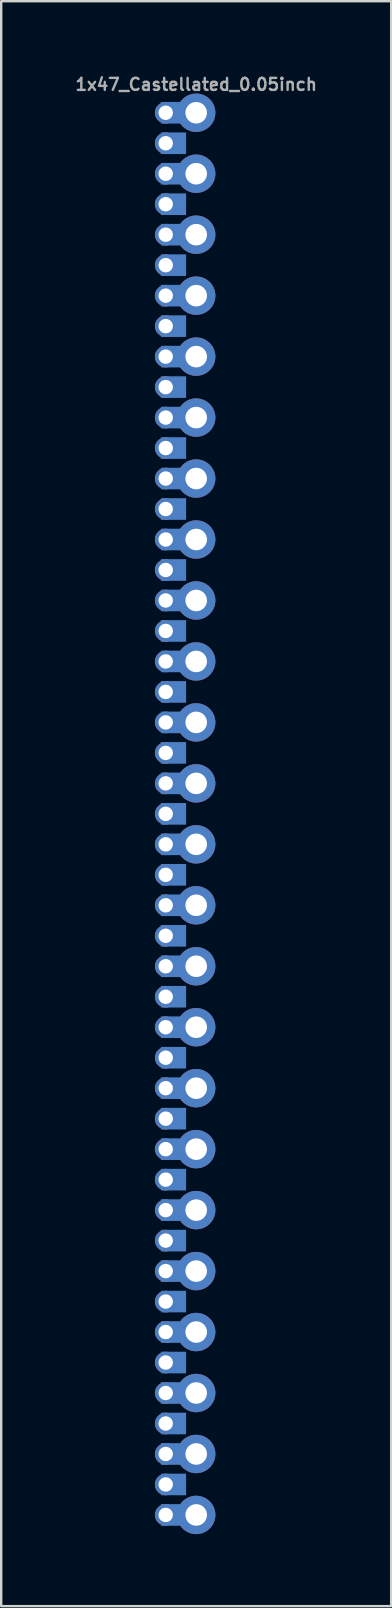
<source format=kicad_pcb>
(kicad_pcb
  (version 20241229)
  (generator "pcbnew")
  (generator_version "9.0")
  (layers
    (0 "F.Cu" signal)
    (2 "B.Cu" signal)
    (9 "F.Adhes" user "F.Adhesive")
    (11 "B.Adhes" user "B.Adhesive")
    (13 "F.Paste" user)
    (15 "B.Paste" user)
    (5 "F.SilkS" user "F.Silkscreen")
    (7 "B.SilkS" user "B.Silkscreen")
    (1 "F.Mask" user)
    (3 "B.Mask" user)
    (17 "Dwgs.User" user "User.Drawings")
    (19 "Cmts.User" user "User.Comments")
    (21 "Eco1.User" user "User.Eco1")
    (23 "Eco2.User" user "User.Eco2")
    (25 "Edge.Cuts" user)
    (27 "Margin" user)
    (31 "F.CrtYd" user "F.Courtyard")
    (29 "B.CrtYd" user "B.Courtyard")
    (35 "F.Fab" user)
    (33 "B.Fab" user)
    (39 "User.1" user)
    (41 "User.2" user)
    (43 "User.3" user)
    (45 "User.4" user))
  (footprint "1x47_Castellated_0.05inch"
    (layer "F.Cu")
    (at 5.124 60.068)
    (property "Reference" "1x47_Castellated_0.05inch" (at 0 -59.6 0) (layer "F.Fab") (effects (font (size 0.5 0.5) (thickness 0.1))))
    (pad "1" thru_hole circle (at -1.27 0) (size 0.9 0.9) (drill 0.6) (property pad_prop_castellated) (layers "*.Cu" "*.Mask"))
    (pad "1" smd rect (at -0.945 0) (size 1.05 0.9) (property pad_prop_castellated) (layers "B.Cu" "B.Mask"))
    (pad "1" thru_hole circle (at 0 0 90) (size 1.6 1.6) (drill 0.9) (layers "*.Cu" "F.Mask"))
    (pad "2" thru_hole circle (at -1.27 -1.27) (size 0.9 0.9) (drill 0.6) (property pad_prop_castellated) (layers "*.Cu" "*.Mask"))
    (pad "2" smd rect (at -0.945 -1.27) (size 1.05 0.9) (property pad_prop_castellated) (layers "B.Cu" "B.Mask"))
    (pad "3" thru_hole circle (at -1.27 -2.54) (size 0.9 0.9) (drill 0.6) (property pad_prop_castellated) (layers "*.Cu" "*.Mask"))
    (pad "3" smd rect (at -0.945 -2.54) (size 1.05 0.9) (property pad_prop_castellated) (layers "B.Cu" "B.Mask"))
    (pad "3" thru_hole circle (at 0 -2.54 90) (size 1.6 1.6) (drill 0.9) (layers "*.Cu" "F.Mask"))
    (pad "4" thru_hole circle (at -1.27 -3.81) (size 0.9 0.9) (drill 0.6) (property pad_prop_castellated) (layers "*.Cu" "*.Mask"))
    (pad "4" smd rect (at -0.945 -3.81) (size 1.05 0.9) (property pad_prop_castellated) (layers "B.Cu" "B.Mask"))
    (pad "5" thru_hole circle (at -1.27 -5.08) (size 0.9 0.9) (drill 0.6) (property pad_prop_castellated) (layers "*.Cu" "*.Mask"))
    (pad "5" smd rect (at -0.945 -5.08) (size 1.05 0.9) (property pad_prop_castellated) (layers "B.Cu" "B.Mask"))
    (pad "5" thru_hole circle (at 0 -5.08 90) (size 1.6 1.6) (drill 0.9) (layers "*.Cu" "F.Mask"))
    (pad "6" thru_hole circle (at -1.27 -6.35) (size 0.9 0.9) (drill 0.6) (property pad_prop_castellated) (layers "*.Cu" "*.Mask"))
    (pad "6" smd rect (at -0.945 -6.35) (size 1.05 0.9) (property pad_prop_castellated) (layers "B.Cu" "B.Mask"))
    (pad "7" thru_hole circle (at -1.27 -7.62) (size 0.9 0.9) (drill 0.6) (property pad_prop_castellated) (layers "*.Cu" "*.Mask"))
    (pad "7" smd rect (at -0.945 -7.62) (size 1.05 0.9) (property pad_prop_castellated) (layers "B.Cu" "B.Mask"))
    (pad "7" thru_hole circle (at 0 -7.62 90) (size 1.6 1.6) (drill 0.9) (layers "*.Cu" "F.Mask"))
    (pad "8" thru_hole circle (at -1.27 -8.89) (size 0.9 0.9) (drill 0.6) (property pad_prop_castellated) (layers "*.Cu" "*.Mask"))
    (pad "8" smd rect (at -0.945 -8.89) (size 1.05 0.9) (property pad_prop_castellated) (layers "B.Cu" "B.Mask"))
    (pad "9" thru_hole circle (at -1.27 -10.16) (size 0.9 0.9) (drill 0.6) (property pad_prop_castellated) (layers "*.Cu" "*.Mask"))
    (pad "9" smd rect (at -0.945 -10.16) (size 1.05 0.9) (property pad_prop_castellated) (layers "B.Cu" "B.Mask"))
    (pad "9" thru_hole circle (at 0 -10.16 90) (size 1.6 1.6) (drill 0.9) (layers "*.Cu" "F.Mask"))
    (pad "10" thru_hole circle (at -1.27 -11.43) (size 0.9 0.9) (drill 0.6) (property pad_prop_castellated) (layers "*.Cu" "*.Mask"))
    (pad "10" smd rect (at -0.945 -11.43) (size 1.05 0.9) (property pad_prop_castellated) (layers "B.Cu" "B.Mask"))
    (pad "11" thru_hole circle (at -1.27 -12.7) (size 0.9 0.9) (drill 0.6) (property pad_prop_castellated) (layers "*.Cu" "*.Mask"))
    (pad "11" smd rect (at -0.945 -12.7) (size 1.05 0.9) (property pad_prop_castellated) (layers "B.Cu" "B.Mask"))
    (pad "11" thru_hole circle (at 0 -12.7 90) (size 1.6 1.6) (drill 0.9) (layers "*.Cu" "F.Mask"))
    (pad "12" thru_hole circle (at -1.27 -13.97) (size 0.9 0.9) (drill 0.6) (property pad_prop_castellated) (layers "*.Cu" "*.Mask"))
    (pad "12" smd rect (at -0.945 -13.97) (size 1.05 0.9) (property pad_prop_castellated) (layers "B.Cu" "B.Mask"))
    (pad "13" thru_hole circle (at -1.27 -15.24) (size 0.9 0.9) (drill 0.6) (property pad_prop_castellated) (layers "*.Cu" "*.Mask"))
    (pad "13" smd rect (at -0.945 -15.24) (size 1.05 0.9) (property pad_prop_castellated) (layers "B.Cu" "B.Mask"))
    (pad "13" thru_hole circle (at 0 -15.24 90) (size 1.6 1.6) (drill 0.9) (layers "*.Cu" "F.Mask"))
    (pad "14" thru_hole circle (at -1.27 -16.51) (size 0.9 0.9) (drill 0.6) (property pad_prop_castellated) (layers "*.Cu" "*.Mask"))
    (pad "14" smd rect (at -0.945 -16.51) (size 1.05 0.9) (property pad_prop_castellated) (layers "B.Cu" "B.Mask"))
    (pad "15" thru_hole circle (at -1.27 -17.78) (size 0.9 0.9) (drill 0.6) (property pad_prop_castellated) (layers "*.Cu" "*.Mask"))
    (pad "15" smd rect (at -0.945 -17.78) (size 1.05 0.9) (property pad_prop_castellated) (layers "B.Cu" "B.Mask"))
    (pad "15" thru_hole circle (at 0 -17.78 90) (size 1.6 1.6) (drill 0.9) (layers "*.Cu" "F.Mask"))
    (pad "16" thru_hole circle (at -1.27 -19.05) (size 0.9 0.9) (drill 0.6) (property pad_prop_castellated) (layers "*.Cu" "*.Mask"))
    (pad "16" smd rect (at -0.945 -19.05) (size 1.05 0.9) (property pad_prop_castellated) (layers "B.Cu" "B.Mask"))
    (pad "17" thru_hole circle (at -1.27 -20.32) (size 0.9 0.9) (drill 0.6) (property pad_prop_castellated) (layers "*.Cu" "*.Mask"))
    (pad "17" smd rect (at -0.945 -20.32) (size 1.05 0.9) (property pad_prop_castellated) (layers "B.Cu" "B.Mask"))
    (pad "17" thru_hole circle (at 0 -20.32 90) (size 1.6 1.6) (drill 0.9) (layers "*.Cu" "F.Mask"))
    (pad "18" thru_hole circle (at -1.27 -21.59) (size 0.9 0.9) (drill 0.6) (property pad_prop_castellated) (layers "*.Cu" "*.Mask"))
    (pad "18" smd rect (at -0.945 -21.59) (size 1.05 0.9) (property pad_prop_castellated) (layers "B.Cu" "B.Mask"))
    (pad "19" thru_hole circle (at -1.27 -22.86) (size 0.9 0.9) (drill 0.6) (property pad_prop_castellated) (layers "*.Cu" "*.Mask"))
    (pad "19" smd rect (at -0.945 -22.86) (size 1.05 0.9) (property pad_prop_castellated) (layers "B.Cu" "B.Mask"))
    (pad "19" thru_hole circle (at 0 -22.86 90) (size 1.6 1.6) (drill 0.9) (layers "*.Cu" "F.Mask"))
    (pad "20" thru_hole circle (at -1.27 -24.13) (size 0.9 0.9) (drill 0.6) (property pad_prop_castellated) (layers "*.Cu" "*.Mask"))
    (pad "20" smd rect (at -0.945 -24.13) (size 1.05 0.9) (property pad_prop_castellated) (layers "B.Cu" "B.Mask"))
    (pad "21" thru_hole circle (at -1.27 -25.4) (size 0.9 0.9) (drill 0.6) (property pad_prop_castellated) (layers "*.Cu" "*.Mask"))
    (pad "21" smd rect (at -0.945 -25.4) (size 1.05 0.9) (property pad_prop_castellated) (layers "B.Cu" "B.Mask"))
    (pad "21" thru_hole circle (at 0 -25.4 90) (size 1.6 1.6) (drill 0.9) (layers "*.Cu" "F.Mask"))
    (pad "22" thru_hole circle (at -1.27 -26.67) (size 0.9 0.9) (drill 0.6) (property pad_prop_castellated) (layers "*.Cu" "*.Mask"))
    (pad "22" smd rect (at -0.945 -26.67) (size 1.05 0.9) (property pad_prop_castellated) (layers "B.Cu" "B.Mask"))
    (pad "23" thru_hole circle (at -1.27 -27.94) (size 0.9 0.9) (drill 0.6) (property pad_prop_castellated) (layers "*.Cu" "*.Mask"))
    (pad "23" smd rect (at -0.945 -27.94) (size 1.05 0.9) (property pad_prop_castellated) (layers "B.Cu" "B.Mask"))
    (pad "23" thru_hole circle (at 0 -27.94 90) (size 1.6 1.6) (drill 0.9) (layers "*.Cu" "F.Mask"))
    (pad "24" thru_hole circle (at -1.27 -29.21) (size 0.9 0.9) (drill 0.6) (property pad_prop_castellated) (layers "*.Cu" "*.Mask"))
    (pad "24" smd rect (at -0.945 -29.21) (size 1.05 0.9) (property pad_prop_castellated) (layers "B.Cu" "B.Mask"))
    (pad "25" thru_hole circle (at -1.27 -30.48) (size 0.9 0.9) (drill 0.6) (property pad_prop_castellated) (layers "*.Cu" "*.Mask"))
    (pad "25" smd rect (at -0.945 -30.48) (size 1.05 0.9) (property pad_prop_castellated) (layers "B.Cu" "B.Mask"))
    (pad "25" thru_hole circle (at 0 -30.48 90) (size 1.6 1.6) (drill 0.9) (layers "*.Cu" "F.Mask"))
    (pad "26" thru_hole circle (at -1.27 -31.75) (size 0.9 0.9) (drill 0.6) (property pad_prop_castellated) (layers "*.Cu" "*.Mask"))
    (pad "26" smd rect (at -0.945 -31.75) (size 1.05 0.9) (property pad_prop_castellated) (layers "B.Cu" "B.Mask"))
    (pad "27" thru_hole circle (at -1.27 -33.02) (size 0.9 0.9) (drill 0.6) (property pad_prop_castellated) (layers "*.Cu" "*.Mask"))
    (pad "27" smd rect (at -0.945 -33.02) (size 1.05 0.9) (property pad_prop_castellated) (layers "B.Cu" "B.Mask"))
    (pad "27" thru_hole circle (at 0 -33.02 90) (size 1.6 1.6) (drill 0.9) (layers "*.Cu" "F.Mask"))
    (pad "28" thru_hole circle (at -1.27 -34.29) (size 0.9 0.9) (drill 0.6) (property pad_prop_castellated) (layers "*.Cu" "*.Mask"))
    (pad "28" smd rect (at -0.945 -34.29) (size 1.05 0.9) (property pad_prop_castellated) (layers "B.Cu" "B.Mask"))
    (pad "29" thru_hole circle (at -1.27 -35.56) (size 0.9 0.9) (drill 0.6) (property pad_prop_castellated) (layers "*.Cu" "*.Mask"))
    (pad "29" smd rect (at -0.945 -35.56) (size 1.05 0.9) (property pad_prop_castellated) (layers "B.Cu" "B.Mask"))
    (pad "29" thru_hole circle (at 0 -35.56 90) (size 1.6 1.6) (drill 0.9) (layers "*.Cu" "F.Mask"))
    (pad "30" thru_hole circle (at -1.27 -36.83) (size 0.9 0.9) (drill 0.6) (property pad_prop_castellated) (layers "*.Cu" "*.Mask"))
    (pad "30" smd rect (at -0.945 -36.83) (size 1.05 0.9) (property pad_prop_castellated) (layers "B.Cu" "B.Mask"))
    (pad "31" thru_hole circle (at -1.27 -38.1) (size 0.9 0.9) (drill 0.6) (property pad_prop_castellated) (layers "*.Cu" "*.Mask"))
    (pad "31" smd rect (at -0.945 -38.1) (size 1.05 0.9) (property pad_prop_castellated) (layers "B.Cu" "B.Mask"))
    (pad "31" thru_hole circle (at 0 -38.1 90) (size 1.6 1.6) (drill 0.9) (layers "*.Cu" "F.Mask"))
    (pad "32" thru_hole circle (at -1.27 -39.37) (size 0.9 0.9) (drill 0.6) (property pad_prop_castellated) (layers "*.Cu" "*.Mask"))
    (pad "32" smd rect (at -0.945 -39.37) (size 1.05 0.9) (property pad_prop_castellated) (layers "B.Cu" "B.Mask"))
    (pad "33" thru_hole circle (at -1.27 -40.64) (size 0.9 0.9) (drill 0.6) (property pad_prop_castellated) (layers "*.Cu" "*.Mask"))
    (pad "33" smd rect (at -0.945 -40.64) (size 1.05 0.9) (property pad_prop_castellated) (layers "B.Cu" "B.Mask"))
    (pad "33" thru_hole circle (at 0 -40.64 90) (size 1.6 1.6) (drill 0.9) (layers "*.Cu" "F.Mask"))
    (pad "34" thru_hole circle (at -1.27 -41.91) (size 0.9 0.9) (drill 0.6) (property pad_prop_castellated) (layers "*.Cu" "*.Mask"))
    (pad "34" smd rect (at -0.945 -41.91) (size 1.05 0.9) (property pad_prop_castellated) (layers "B.Cu" "B.Mask"))
    (pad "35" thru_hole circle (at -1.27 -43.18) (size 0.9 0.9) (drill 0.6) (property pad_prop_castellated) (layers "*.Cu" "*.Mask"))
    (pad "35" smd rect (at -0.945 -43.18) (size 1.05 0.9) (property pad_prop_castellated) (layers "B.Cu" "B.Mask"))
    (pad "35" thru_hole circle (at 0 -43.18 90) (size 1.6 1.6) (drill 0.9) (layers "*.Cu" "F.Mask"))
    (pad "36" thru_hole circle (at -1.27 -44.45) (size 0.9 0.9) (drill 0.6) (property pad_prop_castellated) (layers "*.Cu" "*.Mask"))
    (pad "36" smd rect (at -0.945 -44.45) (size 1.05 0.9) (property pad_prop_castellated) (layers "B.Cu" "B.Mask"))
    (pad "37" thru_hole circle (at -1.27 -45.72) (size 0.9 0.9) (drill 0.6) (property pad_prop_castellated) (layers "*.Cu" "*.Mask"))
    (pad "37" smd rect (at -0.945 -45.72) (size 1.05 0.9) (property pad_prop_castellated) (layers "B.Cu" "B.Mask"))
    (pad "37" thru_hole circle (at 0 -45.72 90) (size 1.6 1.6) (drill 0.9) (layers "*.Cu" "F.Mask"))
    (pad "38" thru_hole circle (at -1.27 -46.99) (size 0.9 0.9) (drill 0.6) (property pad_prop_castellated) (layers "*.Cu" "*.Mask"))
    (pad "38" smd rect (at -0.945 -46.99) (size 1.05 0.9) (property pad_prop_castellated) (layers "B.Cu" "B.Mask"))
    (pad "39" thru_hole circle (at -1.27 -48.26) (size 0.9 0.9) (drill 0.6) (property pad_prop_castellated) (layers "*.Cu" "*.Mask"))
    (pad "39" smd rect (at -0.945 -48.26) (size 1.05 0.9) (property pad_prop_castellated) (layers "B.Cu" "B.Mask"))
    (pad "39" thru_hole circle (at 0 -48.26 90) (size 1.6 1.6) (drill 0.9) (layers "*.Cu" "F.Mask"))
    (pad "40" thru_hole circle (at -1.27 -49.53) (size 0.9 0.9) (drill 0.6) (property pad_prop_castellated) (layers "*.Cu" "*.Mask"))
    (pad "40" smd rect (at -0.945 -49.53) (size 1.05 0.9) (property pad_prop_castellated) (layers "B.Cu" "B.Mask"))
    (pad "41" thru_hole circle (at -1.27 -50.8) (size 0.9 0.9) (drill 0.6) (property pad_prop_castellated) (layers "*.Cu" "*.Mask"))
    (pad "41" smd rect (at -0.945 -50.8) (size 1.05 0.9) (property pad_prop_castellated) (layers "B.Cu" "B.Mask"))
    (pad "41" thru_hole circle (at 0 -50.8 90) (size 1.6 1.6) (drill 0.9) (layers "*.Cu" "F.Mask"))
    (pad "42" thru_hole circle (at -1.27 -52.07) (size 0.9 0.9) (drill 0.6) (property pad_prop_castellated) (layers "*.Cu" "*.Mask"))
    (pad "42" smd rect (at -0.945 -52.07) (size 1.05 0.9) (property pad_prop_castellated) (layers "B.Cu" "B.Mask"))
    (pad "43" thru_hole circle (at -1.27 -53.34) (size 0.9 0.9) (drill 0.6) (property pad_prop_castellated) (layers "*.Cu" "*.Mask"))
    (pad "43" smd rect (at -0.945 -53.34) (size 1.05 0.9) (property pad_prop_castellated) (layers "B.Cu" "B.Mask"))
    (pad "43" thru_hole circle (at 0 -53.34 90) (size 1.6 1.6) (drill 0.9) (layers "*.Cu" "F.Mask"))
    (pad "44" thru_hole circle (at -1.27 -54.61) (size 0.9 0.9) (drill 0.6) (property pad_prop_castellated) (layers "*.Cu" "*.Mask"))
    (pad "44" smd rect (at -0.945 -54.61) (size 1.05 0.9) (property pad_prop_castellated) (layers "B.Cu" "B.Mask"))
    (pad "45" thru_hole circle (at -1.27 -55.88) (size 0.9 0.9) (drill 0.6) (property pad_prop_castellated) (layers "*.Cu" "*.Mask"))
    (pad "45" smd rect (at -0.945 -55.88) (size 1.05 0.9) (property pad_prop_castellated) (layers "B.Cu" "B.Mask"))
    (pad "45" thru_hole circle (at 0 -55.88 90) (size 1.6 1.6) (drill 0.9) (layers "*.Cu" "F.Mask"))
    (pad "46" thru_hole circle (at -1.27 -57.15) (size 0.9 0.9) (drill 0.6) (property pad_prop_castellated) (layers "*.Cu" "*.Mask"))
    (pad "46" smd rect (at -0.945 -57.15) (size 1.05 0.9) (property pad_prop_castellated) (layers "B.Cu" "B.Mask"))
    (pad "47" thru_hole circle (at -1.27 -58.42) (size 0.9 0.9) (drill 0.6) (property pad_prop_castellated) (layers "*.Cu" "*.Mask"))
    (pad "47" smd rect (at -0.945 -58.42) (size 1.05 0.9) (property pad_prop_castellated) (layers "B.Cu" "B.Mask"))
    (pad "47" thru_hole circle (at 0 -58.42 90) (size 1.6 1.6) (drill 0.9) (layers "*.Cu" "F.Mask")))
  (gr_rect
    (start -3 -3)
    (end 13.248 63.868)
    (stroke (width 0.1) (type default))
    (fill no)
    (layer "Edge.Cuts")))
</source>
